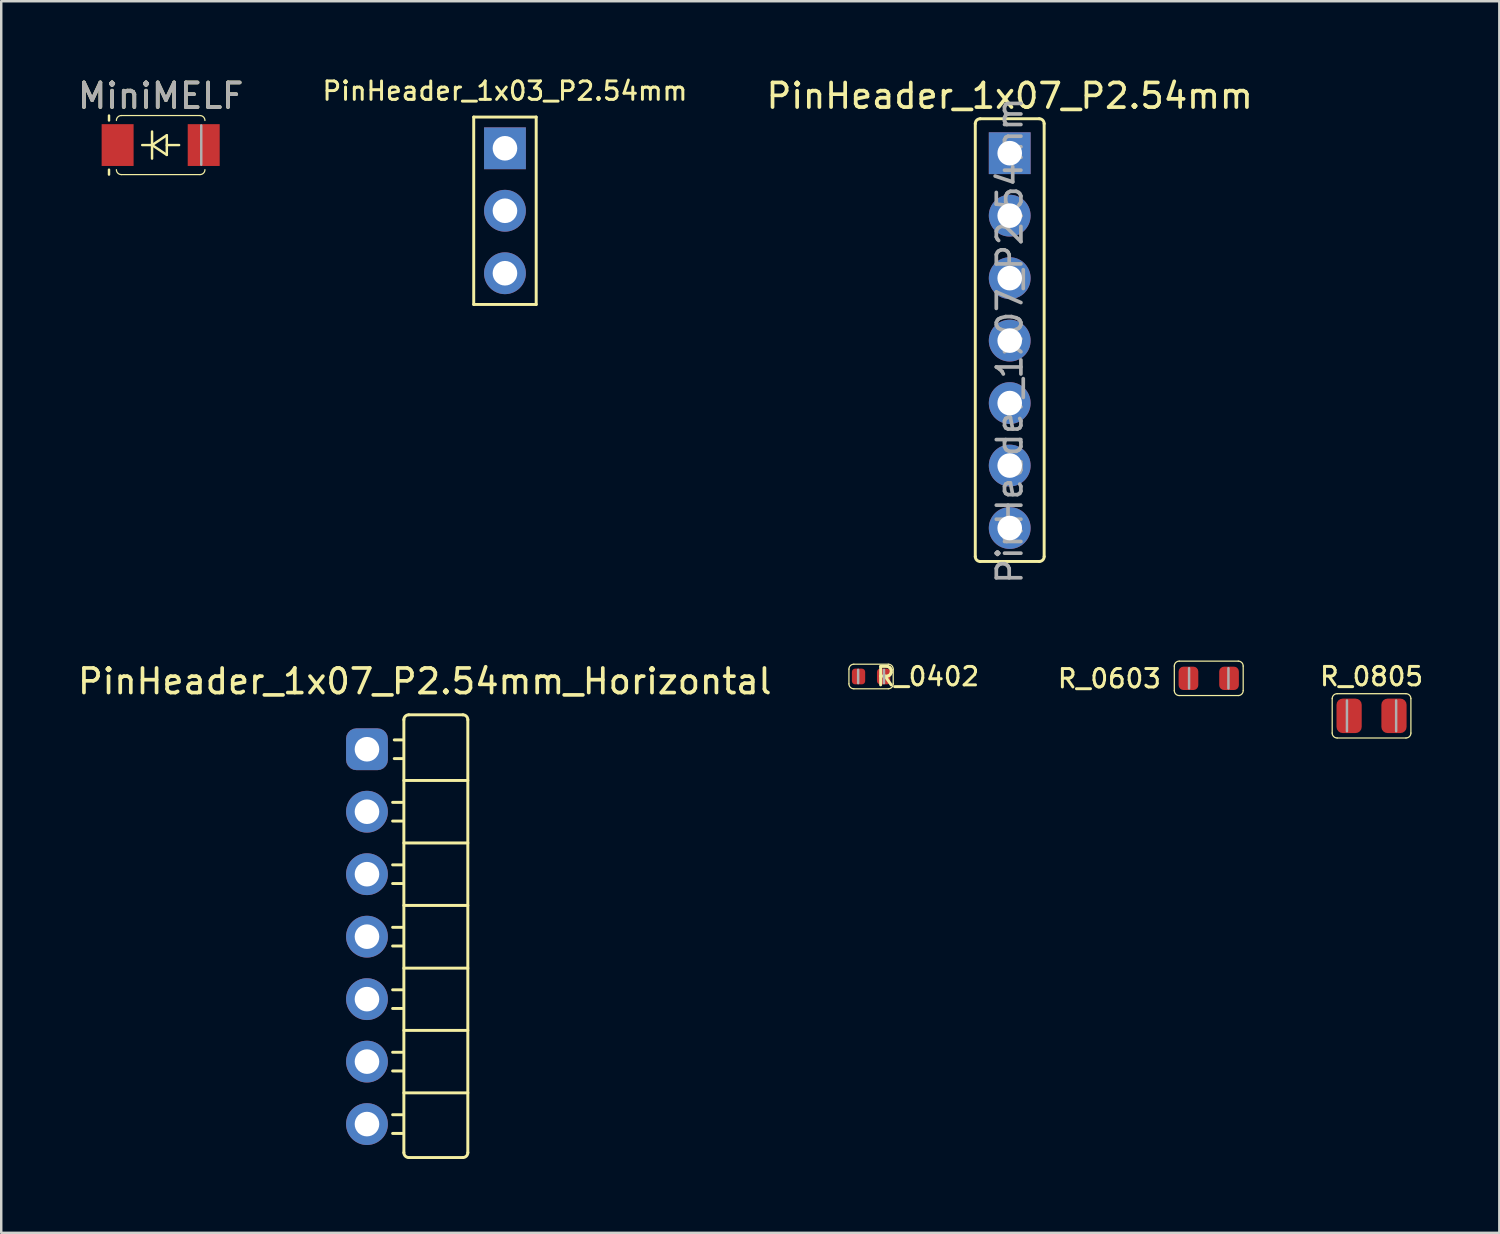
<source format=kicad_pcb>
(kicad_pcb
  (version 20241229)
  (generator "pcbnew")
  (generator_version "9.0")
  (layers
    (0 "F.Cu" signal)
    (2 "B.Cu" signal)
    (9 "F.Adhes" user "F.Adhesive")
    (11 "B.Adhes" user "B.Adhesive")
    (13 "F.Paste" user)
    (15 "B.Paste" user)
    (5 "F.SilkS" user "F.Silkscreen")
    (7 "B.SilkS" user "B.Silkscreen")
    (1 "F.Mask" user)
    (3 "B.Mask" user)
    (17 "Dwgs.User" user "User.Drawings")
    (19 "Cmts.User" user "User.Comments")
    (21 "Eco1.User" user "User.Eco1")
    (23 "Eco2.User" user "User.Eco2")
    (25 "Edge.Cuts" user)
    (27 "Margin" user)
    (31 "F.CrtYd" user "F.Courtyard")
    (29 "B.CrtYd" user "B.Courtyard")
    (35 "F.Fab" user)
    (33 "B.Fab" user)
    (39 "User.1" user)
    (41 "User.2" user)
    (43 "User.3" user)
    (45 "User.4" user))
  (footprint "PinHeader_1x07_P2.54mm"
    (layer "F.Cu")
    (at 38.002 3.178)
    (property "Reference" "PinHeader_1x07_P2.54mm" (at 0 -2.33 0) (layer "F.SilkS") (effects (font (size 1 1) (thickness 0.15))))
    (attr through_hole)
    (fp_line (start -1.4 -1.2) (end -1.4 16.4) (stroke (width 0.12) (type solid)) (layer "F.SilkS"))
    (fp_line (start -1.2 -1.4) (end 1.2 -1.4) (stroke (width 0.12) (type solid)) (layer "F.SilkS"))
    (fp_line (start -1.2 16.6) (end 1.2 16.6) (stroke (width 0.12) (type solid)) (layer "F.SilkS"))
    (fp_line (start 1.4 -1.2) (end 1.4 16.4) (stroke (width 0.12) (type solid)) (layer "F.SilkS"))
    (fp_arc (start -1.4 -1.2) (mid -1.341421 -1.341421) (end -1.2 -1.4) (stroke (width 0.12) (type solid)) (layer "F.SilkS"))
    (fp_arc (start -1.2 16.6) (mid -1.341421 16.541421) (end -1.4 16.4) (stroke (width 0.12) (type solid)) (layer "F.SilkS"))
    (fp_arc (start 1.2 -1.4) (mid 1.341421 -1.341421) (end 1.4 -1.2) (stroke (width 0.12) (type solid)) (layer "F.SilkS"))
    (fp_arc (start 1.4 16.4) (mid 1.341421 16.541421) (end 1.2 16.6) (stroke (width 0.12) (type solid)) (layer "F.SilkS"))
    (fp_text user "${REFERENCE}" (at 0 7.62 90) (layer "F.Fab") (effects (font (size 1 1) (thickness 0.15))))
    (pad "1" thru_hole rect (at 0 0) (size 1.7 1.7) (drill 1) (layers "*.Cu" "*.Mask"))
    (pad "2" thru_hole oval (at 0 2.54) (size 1.7 1.7) (drill 1) (layers "*.Cu" "*.Mask"))
    (pad "3" thru_hole oval (at 0 5.08) (size 1.7 1.7) (drill 1) (layers "*.Cu" "*.Mask"))
    (pad "4" thru_hole oval (at 0 7.62) (size 1.7 1.7) (drill 1) (layers "*.Cu" "*.Mask"))
    (pad "5" thru_hole oval (at 0 10.16) (size 1.7 1.7) (drill 1) (layers "*.Cu" "*.Mask"))
    (pad "6" thru_hole oval (at 0 12.7) (size 1.7 1.7) (drill 1) (layers "*.Cu" "*.Mask"))
    (pad "7" thru_hole oval (at 0 15.24) (size 1.7 1.7) (drill 1) (layers "*.Cu" "*.Mask")))
  (footprint "PinHeader_1x07_P2.54mm_Horizontal"
    (layer "F.Cu")
    (at 11.87 27.412)
    (property "Reference" "PinHeader_1x07_P2.54mm_Horizontal" (at 2.35 -2.76 0) (layer "F.SilkS") (effects (font (size 1 1) (thickness 0.15))))
    (attr through_hole)
    (fp_line (start 1.043 2.16) (end 1.44 2.16) (stroke (width 0.12) (type solid)) (layer "F.SilkS"))
    (fp_line (start 1.043 2.92) (end 1.44 2.92) (stroke (width 0.12) (type solid)) (layer "F.SilkS"))
    (fp_line (start 1.043 4.7) (end 1.44 4.7) (stroke (width 0.12) (type solid)) (layer "F.SilkS"))
    (fp_line (start 1.043 5.46) (end 1.44 5.46) (stroke (width 0.12) (type solid)) (layer "F.SilkS"))
    (fp_line (start 1.043 7.24) (end 1.44 7.24) (stroke (width 0.12) (type solid)) (layer "F.SilkS"))
    (fp_line (start 1.043 8) (end 1.44 8) (stroke (width 0.12) (type solid)) (layer "F.SilkS"))
    (fp_line (start 1.043 9.78) (end 1.44 9.78) (stroke (width 0.12) (type solid)) (layer "F.SilkS"))
    (fp_line (start 1.043 10.54) (end 1.44 10.54) (stroke (width 0.12) (type solid)) (layer "F.SilkS"))
    (fp_line (start 1.043 12.32) (end 1.44 12.32) (stroke (width 0.12) (type solid)) (layer "F.SilkS"))
    (fp_line (start 1.043 13.08) (end 1.44 13.08) (stroke (width 0.12) (type solid)) (layer "F.SilkS"))
    (fp_line (start 1.043 14.86) (end 1.44 14.86) (stroke (width 0.12) (type solid)) (layer "F.SilkS"))
    (fp_line (start 1.043 15.62) (end 1.44 15.62) (stroke (width 0.12) (type solid)) (layer "F.SilkS"))
    (fp_line (start 1.11 -0.38) (end 1.44 -0.38) (stroke (width 0.12) (type solid)) (layer "F.SilkS"))
    (fp_line (start 1.11 0.38) (end 1.44 0.38) (stroke (width 0.12) (type solid)) (layer "F.SilkS"))
    (fp_line (start 1.5 -1.2) (end 1.5 16.4) (stroke (width 0.12) (type solid)) (layer "F.SilkS"))
    (fp_line (start 1.5 1.27) (end 4.1 1.27) (stroke (width 0.12) (type solid)) (layer "F.SilkS"))
    (fp_line (start 1.5 3.81) (end 4.1 3.81) (stroke (width 0.12) (type solid)) (layer "F.SilkS"))
    (fp_line (start 1.5 6.35) (end 4.1 6.35) (stroke (width 0.12) (type solid)) (layer "F.SilkS"))
    (fp_line (start 1.5 8.9) (end 4.1 8.9) (stroke (width 0.12) (type solid)) (layer "F.SilkS"))
    (fp_line (start 1.5 11.43) (end 4.1 11.43) (stroke (width 0.12) (type solid)) (layer "F.SilkS"))
    (fp_line (start 1.5 13.97) (end 4.1 13.97) (stroke (width 0.12) (type solid)) (layer "F.SilkS"))
    (fp_line (start 1.7 16.6) (end 3.9 16.6) (stroke (width 0.12) (type solid)) (layer "F.SilkS"))
    (fp_line (start 3.9 -1.4) (end 1.7 -1.4) (stroke (width 0.12) (type solid)) (layer "F.SilkS"))
    (fp_line (start 4.1 16.4) (end 4.1 -1.2) (stroke (width 0.12) (type solid)) (layer "F.SilkS"))
    (fp_arc (start 1.5 -1.2) (mid 1.558579 -1.341421) (end 1.7 -1.4) (stroke (width 0.12) (type solid)) (layer "F.SilkS"))
    (fp_arc (start 1.7 16.6) (mid 1.558579 16.541421) (end 1.5 16.4) (stroke (width 0.12) (type solid)) (layer "F.SilkS"))
    (fp_arc (start 3.9 -1.4) (mid 4.041421 -1.341421) (end 4.1 -1.2) (stroke (width 0.12) (type solid)) (layer "F.SilkS"))
    (fp_arc (start 4.1 16.4) (mid 4.041421 16.541421) (end 3.9 16.6) (stroke (width 0.12) (type solid)) (layer "F.SilkS"))
    (fp_line (start -0.32 -0.32) (end -0.32 0.32) (stroke (width 0.1) (type solid)) (layer "F.Fab"))
    (fp_line (start -0.32 2.22) (end -0.32 2.86) (stroke (width 0.1) (type solid)) (layer "F.Fab"))
    (fp_line (start -0.32 4.76) (end -0.32 5.4) (stroke (width 0.1) (type solid)) (layer "F.Fab"))
    (fp_line (start -0.32 7.3) (end -0.32 7.94) (stroke (width 0.1) (type solid)) (layer "F.Fab"))
    (fp_line (start -0.32 9.84) (end -0.32 10.48) (stroke (width 0.1) (type solid)) (layer "F.Fab"))
    (fp_line (start -0.32 12.38) (end -0.32 13.02) (stroke (width 0.1) (type solid)) (layer "F.Fab"))
    (fp_line (start -0.32 14.92) (end -0.32 15.56) (stroke (width 0.1) (type solid)) (layer "F.Fab"))
    (pad "1" thru_hole roundrect (at 0 0) (size 1.7 1.7) (drill 1) (layers "*.Cu" "*.Mask") (roundrect_rratio 0.25))
    (pad "2" thru_hole oval (at 0 2.54) (size 1.7 1.7) (drill 1) (layers "*.Cu" "*.Mask"))
    (pad "3" thru_hole oval (at 0 5.08) (size 1.7 1.7) (drill 1) (layers "*.Cu" "*.Mask"))
    (pad "4" thru_hole oval (at 0 7.62) (size 1.7 1.7) (drill 1) (layers "*.Cu" "*.Mask"))
    (pad "5" thru_hole oval (at 0 10.16) (size 1.7 1.7) (drill 1) (layers "*.Cu" "*.Mask"))
    (pad "6" thru_hole oval (at 0 12.7) (size 1.7 1.7) (drill 1) (layers "*.Cu" "*.Mask"))
    (pad "7" thru_hole oval (at 0 15.24) (size 1.7 1.7) (drill 1) (layers "*.Cu" "*.Mask")))
  (footprint "R_0603"
    (layer "F.Cu")
    (at 46.094 24.529)
    (property "Reference" "R_0603" (at -4.04 0.01 180) (layer "F.SilkS") (effects (font (size 0.75 0.75) (thickness 0.12))))
    (attr smd)
    (fp_line (start -1.4 0.5) (end -1.4 -0.5) (stroke (width 0.05) (type solid)) (layer "F.SilkS"))
    (fp_line (start -1.2 -0.7) (end 1.2 -0.7) (stroke (width 0.05) (type solid)) (layer "F.SilkS"))
    (fp_line (start 1.2 0.7) (end -1.2 0.7) (stroke (width 0.05) (type solid)) (layer "F.SilkS"))
    (fp_line (start 1.4 -0.5) (end 1.4 0.5) (stroke (width 0.05) (type solid)) (layer "F.SilkS"))
    (fp_arc (start -1.4 -0.5) (mid -1.341421 -0.641421) (end -1.2 -0.7) (stroke (width 0.05) (type solid)) (layer "F.SilkS"))
    (fp_arc (start -1.2 0.7) (mid -1.341421 0.641421) (end -1.4 0.5) (stroke (width 0.05) (type solid)) (layer "F.SilkS"))
    (fp_arc (start 1.2 -0.7) (mid 1.341421 -0.641421) (end 1.4 -0.5) (stroke (width 0.05) (type solid)) (layer "F.SilkS"))
    (fp_arc (start 1.4 0.5) (mid 1.341421 0.641421) (end 1.2 0.7) (stroke (width 0.05) (type solid)) (layer "F.SilkS"))
    (fp_line (start -0.8 0.412) (end -0.8 -0.412) (stroke (width 0.1) (type solid)) (layer "F.Fab"))
    (fp_line (start 0.8 -0.412) (end 0.8 0.412) (stroke (width 0.1) (type solid)) (layer "F.Fab"))
    (pad "1" smd roundrect (at -0.825 0) (size 0.8 0.95) (layers "F.Cu" "F.Mask" "F.Paste") (roundrect_rratio 0.25))
    (pad "2" smd roundrect (at 0.825 0) (size 0.8 0.95) (layers "F.Cu" "F.Mask" "F.Paste") (roundrect_rratio 0.25)))
  (footprint "R_0805"
    (layer "F.Cu")
    (at 52.713 26.054)
    (property "Reference" "R_0805" (at 0 -1.6 0) (layer "F.SilkS") (effects (font (size 0.75 0.75) (thickness 0.12))))
    (attr smd)
    (fp_line (start -1.6 0.7) (end -1.6 -0.7) (stroke (width 0.05) (type solid)) (layer "F.SilkS"))
    (fp_line (start -1.4 -0.9) (end 1.4 -0.9) (stroke (width 0.05) (type solid)) (layer "F.SilkS"))
    (fp_line (start 1.4 0.9) (end -1.4 0.9) (stroke (width 0.05) (type solid)) (layer "F.SilkS"))
    (fp_line (start 1.6 -0.7) (end 1.6 0.7) (stroke (width 0.05) (type solid)) (layer "F.SilkS"))
    (fp_arc (start -1.6 -0.7) (mid -1.541421 -0.841421) (end -1.4 -0.9) (stroke (width 0.05) (type solid)) (layer "F.SilkS"))
    (fp_arc (start -1.4 0.9) (mid -1.541421 0.841421) (end -1.6 0.7) (stroke (width 0.05) (type solid)) (layer "F.SilkS"))
    (fp_arc (start 1.4 -0.9) (mid 1.541421 -0.841421) (end 1.6 -0.7) (stroke (width 0.05) (type solid)) (layer "F.SilkS"))
    (fp_arc (start 1.6 0.7) (mid 1.541421 0.841421) (end 1.4 0.9) (stroke (width 0.05) (type solid)) (layer "F.SilkS"))
    (fp_line (start -1 0.625) (end -1 -0.625) (stroke (width 0.1) (type solid)) (layer "F.Fab"))
    (fp_line (start 1 -0.625) (end 1 0.625) (stroke (width 0.1) (type solid)) (layer "F.Fab"))
    (pad "1" smd roundrect (at -0.912 0) (size 1.025 1.4) (layers "F.Cu" "F.Mask" "F.Paste") (roundrect_rratio 0.244))
    (pad "2" smd roundrect (at 0.912 0) (size 1.025 1.4) (layers "F.Cu" "F.Mask" "F.Paste") (roundrect_rratio 0.244)))
  (footprint "PinHeader_1x03_P2.54mm"
    (layer "F.Cu")
    (at 17.48 2.979)
    (property "Reference" "PinHeader_1x03_P2.54mm" (at 0 -2.33 180) (layer "F.SilkS") (effects (font (size 0.75 0.75) (thickness 0.12))))
    (attr through_hole)
    (fp_line (start -1.27 -1.27) (end 1.27 -1.27) (stroke (width 0.12) (type solid)) (layer "F.SilkS"))
    (fp_line (start -1.27 6.35) (end -1.27 -1.27) (stroke (width 0.12) (type solid)) (layer "F.SilkS"))
    (fp_line (start 1.27 -1.27) (end 1.27 6.35) (stroke (width 0.12) (type solid)) (layer "F.SilkS"))
    (fp_line (start 1.27 6.35) (end -1.27 6.35) (stroke (width 0.12) (type solid)) (layer "F.SilkS"))
    (pad "1" thru_hole rect (at 0 0) (size 1.7 1.7) (drill 1) (layers "*.Cu" "*.Mask"))
    (pad "2" thru_hole oval (at 0 2.54) (size 1.7 1.7) (drill 1) (layers "*.Cu" "*.Mask"))
    (pad "3" thru_hole oval (at 0 5.08) (size 1.7 1.7) (drill 1) (layers "*.Cu" "*.Mask")))
  (footprint "R_0402"
    (layer "F.Cu")
    (at 32.365 24.454)
    (property "Reference" "R_0402" (at 2.3 0 0) (layer "F.SilkS") (effects (font (size 0.75 0.75) (thickness 0.12))))
    (attr smd)
    (fp_line (start -0.9 0.3) (end -0.9 -0.3) (stroke (width 0.05) (type solid)) (layer "F.SilkS"))
    (fp_line (start -0.7 -0.5) (end 0.7 -0.5) (stroke (width 0.05) (type solid)) (layer "F.SilkS"))
    (fp_line (start 0.7 0.5) (end -0.7 0.5) (stroke (width 0.05) (type solid)) (layer "F.SilkS"))
    (fp_line (start 0.9 -0.3) (end 0.9 0.3) (stroke (width 0.05) (type solid)) (layer "F.SilkS"))
    (fp_arc (start -0.9 -0.3) (mid -0.841421 -0.441421) (end -0.7 -0.5) (stroke (width 0.05) (type solid)) (layer "F.SilkS"))
    (fp_arc (start -0.7 0.5) (mid -0.841421 0.441421) (end -0.9 0.3) (stroke (width 0.05) (type solid)) (layer "F.SilkS"))
    (fp_arc (start 0.7 -0.5) (mid 0.841421 -0.441421) (end 0.9 -0.3) (stroke (width 0.05) (type solid)) (layer "F.SilkS"))
    (fp_arc (start 0.9 0.3) (mid 0.841421 0.441421) (end 0.7 0.5) (stroke (width 0.05) (type solid)) (layer "F.SilkS"))
    (fp_line (start -0.525 0.27) (end -0.525 -0.27) (stroke (width 0.1) (type solid)) (layer "F.Fab"))
    (fp_line (start 0.525 -0.27) (end 0.525 0.27) (stroke (width 0.1) (type solid)) (layer "F.Fab"))
    (pad "1" smd roundrect (at -0.51 0) (size 0.54 0.64) (layers "F.Cu" "F.Mask" "F.Paste") (roundrect_rratio 0.25))
    (pad "2" smd roundrect (at 0.51 0) (size 0.54 0.64) (layers "F.Cu" "F.Mask" "F.Paste") (roundrect_rratio 0.25)))
  (footprint "MiniMELF"
    (layer "F.Cu")
    (at 3.482 2.848)
    (property "Reference" "MiniMELF" (at 0 -2 0) (layer "F.SilkS") (effects (font (size 1 1) (thickness 0.15))))
    (attr smd)
    (fp_line (start -2.1 -1.2) (end -2.1 -1) (stroke (width 0.1) (type solid)) (layer "F.SilkS"))
    (fp_line (start -2.1 1) (end -2.1 1.2) (stroke (width 0.1) (type solid)) (layer "F.SilkS"))
    (fp_line (start -1.6 -1.2) (end 1.6 -1.2) (stroke (width 0.05) (type solid)) (layer "F.SilkS"))
    (fp_line (start -0.75 0) (end -0.35 0) (stroke (width 0.1) (type solid)) (layer "F.SilkS"))
    (fp_line (start -0.35 0) (end -0.35 -0.55) (stroke (width 0.1) (type solid)) (layer "F.SilkS"))
    (fp_line (start -0.35 0) (end -0.35 0.55) (stroke (width 0.1) (type solid)) (layer "F.SilkS"))
    (fp_line (start -0.35 0) (end 0.25 -0.4) (stroke (width 0.1) (type solid)) (layer "F.SilkS"))
    (fp_line (start 0.25 -0.4) (end 0.25 0.4) (stroke (width 0.1) (type solid)) (layer "F.SilkS"))
    (fp_line (start 0.25 0) (end 0.75 0) (stroke (width 0.1) (type solid)) (layer "F.SilkS"))
    (fp_line (start 0.25 0.4) (end -0.35 0) (stroke (width 0.1) (type solid)) (layer "F.SilkS"))
    (fp_line (start 1.6 1.2) (end -1.6 1.2) (stroke (width 0.05) (type solid)) (layer "F.SilkS"))
    (fp_arc (start -1.8 -1) (mid -1.741421 -1.141421) (end -1.6 -1.2) (stroke (width 0.05) (type solid)) (layer "F.SilkS"))
    (fp_arc (start -1.6 1.2) (mid -1.741421 1.141421) (end -1.8 1) (stroke (width 0.05) (type solid)) (layer "F.SilkS"))
    (fp_arc (start 1.6 -1.2) (mid 1.741421 -1.141421) (end 1.8 -1) (stroke (width 0.05) (type solid)) (layer "F.SilkS"))
    (fp_arc (start 1.8 1) (mid 1.741421 1.141421) (end 1.6 1.2) (stroke (width 0.05) (type solid)) (layer "F.SilkS"))
    (fp_line (start 1.65 -0.8) (end 1.65 0.8) (stroke (width 0.1) (type solid)) (layer "F.Fab"))
    (fp_text user "${REFERENCE}" (at 0 -2 0) (layer "F.Fab") (effects (font (size 1 1) (thickness 0.15))))
    (pad "1" smd rect (at -1.75 0) (size 1.3 1.7) (layers "F.Cu" "F.Mask" "F.Paste"))
    (pad "2" smd rect (at 1.75 0) (size 1.3 1.7) (layers "F.Cu" "F.Mask" "F.Paste")))
  (gr_rect
    (start -3 -3)
    (end 57.908 47.072)
    (stroke (width 0.1) (type default))
    (fill no)
    (layer "Edge.Cuts")))
</source>
